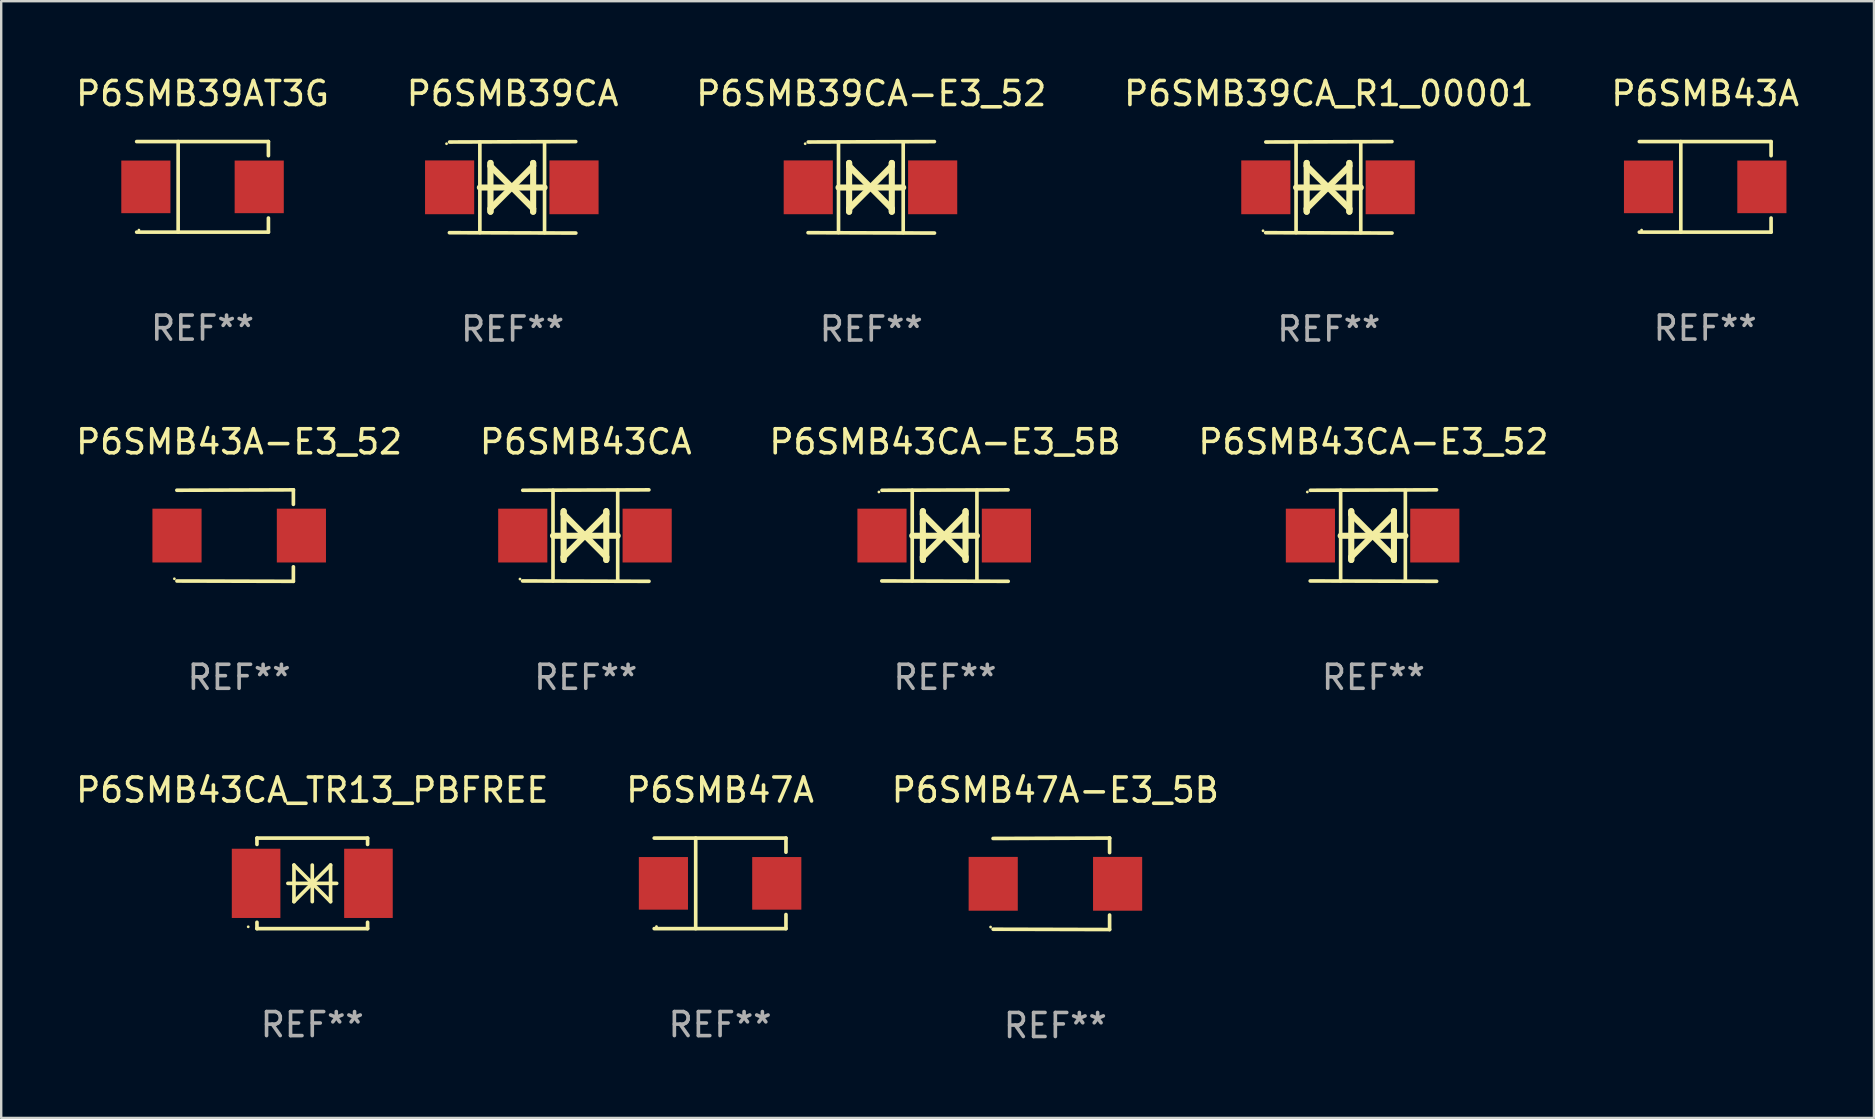
<source format=kicad_pcb>
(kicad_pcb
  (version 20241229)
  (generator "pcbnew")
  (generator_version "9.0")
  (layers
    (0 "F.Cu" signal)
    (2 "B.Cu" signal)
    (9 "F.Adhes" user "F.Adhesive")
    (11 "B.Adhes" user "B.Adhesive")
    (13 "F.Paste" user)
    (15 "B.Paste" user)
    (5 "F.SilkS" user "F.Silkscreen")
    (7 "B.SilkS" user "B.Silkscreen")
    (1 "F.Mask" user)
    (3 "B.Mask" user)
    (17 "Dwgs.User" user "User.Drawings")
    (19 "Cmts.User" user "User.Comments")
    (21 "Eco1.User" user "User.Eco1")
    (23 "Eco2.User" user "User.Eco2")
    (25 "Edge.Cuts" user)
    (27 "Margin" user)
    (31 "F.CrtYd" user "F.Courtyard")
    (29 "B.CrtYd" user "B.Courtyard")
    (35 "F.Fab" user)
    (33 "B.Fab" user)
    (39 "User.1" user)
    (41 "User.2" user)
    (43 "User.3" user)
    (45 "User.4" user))
  (footprint "P6SMB39CA"
    (layer "F.Cu")
    (at 18.304 4.753)
    (property "Reference" "P6SMB39CA" (at 0 -3.905 0) (layer "F.SilkS") (effects (font (size 1 1) (thickness 0.15))))
    (attr through_hole)
    (fp_line (start -1.365 1.886) (end -1.365 -1.886) (stroke (width 0.152) (type solid)) (layer "F.SilkS"))
    (fp_line (start -1.365 0.008) (end 1.33 0.008) (stroke (width 0.254) (type solid)) (layer "F.SilkS"))
    (fp_line (start -0.923 -1.016) (end -0.923 1.016) (stroke (width 0.254) (type solid)) (layer "F.SilkS"))
    (fp_line (start -0.923 -0.889) (end -0.923 -1.016) (stroke (width 0.254) (type solid)) (layer "F.SilkS"))
    (fp_line (start -0.923 0.889) (end -0.034 0) (stroke (width 0.254) (type solid)) (layer "F.SilkS"))
    (fp_line (start -0.923 1.016) (end -0.923 0.889) (stroke (width 0.254) (type solid)) (layer "F.SilkS"))
    (fp_line (start -0.034 0) (end -0.923 -0.889) (stroke (width 0.254) (type solid)) (layer "F.SilkS"))
    (fp_line (start -0.034 0) (end 0.855 0.889) (stroke (width 0.254) (type solid)) (layer "F.SilkS"))
    (fp_line (start 0.855 -1.016) (end 0.855 -0.889) (stroke (width 0.254) (type solid)) (layer "F.SilkS"))
    (fp_line (start 0.855 -0.889) (end -0.034 0) (stroke (width 0.254) (type solid)) (layer "F.SilkS"))
    (fp_line (start 0.855 0.889) (end 0.855 1.016) (stroke (width 0.254) (type solid)) (layer "F.SilkS"))
    (fp_line (start 0.855 1.016) (end 0.855 -1.016) (stroke (width 0.254) (type solid)) (layer "F.SilkS"))
    (fp_line (start 1.33 1.886) (end 1.33 -1.886) (stroke (width 0.152) (type solid)) (layer "F.SilkS"))
    (fp_line (start 2.629 -1.905) (end -2.625 -1.887) (stroke (width 0.152) (type solid)) (layer "F.SilkS"))
    (fp_line (start 2.633 1.905) (end -2.633 1.89) (stroke (width 0.152) (type solid)) (layer "F.SilkS"))
    (fp_circle (center -2.753 -1.816) (end -2.723 -1.816) (stroke (width 0.06) (type solid)) (fill no) (layer "F.SilkS"))
    (fp_text user "REF**" (at 0 5.905 0) (layer "F.Fab") (effects (font (size 1 1) (thickness 0.15))))
    (pad "1" smd rect (at -2.625 0) (size 2.047 2.241) (layers "F.Cu" "F.Mask" "F.Paste"))
    (pad "2" smd rect (at 2.557 0) (size 2.047 2.241) (layers "F.Cu" "F.Mask" "F.Paste")))
  (footprint "P6SMB39CA_R1_00001"
    (layer "F.Cu")
    (at 52.304 4.753)
    (property "Reference" "P6SMB39CA_R1_00001" (at 0 -3.905 0) (layer "F.SilkS") (effects (font (size 1 1) (thickness 0.15))))
    (attr through_hole)
    (fp_line (start -1.365 1.886) (end -1.365 -1.886) (stroke (width 0.152) (type solid)) (layer "F.SilkS"))
    (fp_line (start -1.365 0.008) (end 1.33 0.008) (stroke (width 0.254) (type solid)) (layer "F.SilkS"))
    (fp_line (start -0.923 -1.016) (end -0.923 1.016) (stroke (width 0.254) (type solid)) (layer "F.SilkS"))
    (fp_line (start -0.923 -0.889) (end -0.923 -1.016) (stroke (width 0.254) (type solid)) (layer "F.SilkS"))
    (fp_line (start -0.923 0.889) (end -0.034 0) (stroke (width 0.254) (type solid)) (layer "F.SilkS"))
    (fp_line (start -0.923 1.016) (end -0.923 0.889) (stroke (width 0.254) (type solid)) (layer "F.SilkS"))
    (fp_line (start -0.034 0) (end -0.923 -0.889) (stroke (width 0.254) (type solid)) (layer "F.SilkS"))
    (fp_line (start -0.034 0) (end 0.855 0.889) (stroke (width 0.254) (type solid)) (layer "F.SilkS"))
    (fp_line (start 0.855 -1.016) (end 0.855 -0.889) (stroke (width 0.254) (type solid)) (layer "F.SilkS"))
    (fp_line (start 0.855 -0.889) (end -0.034 0) (stroke (width 0.254) (type solid)) (layer "F.SilkS"))
    (fp_line (start 0.855 0.889) (end 0.855 1.016) (stroke (width 0.254) (type solid)) (layer "F.SilkS"))
    (fp_line (start 0.855 1.016) (end 0.855 -1.016) (stroke (width 0.254) (type solid)) (layer "F.SilkS"))
    (fp_line (start 1.33 1.886) (end 1.33 -1.886) (stroke (width 0.152) (type solid)) (layer "F.SilkS"))
    (fp_line (start 2.629 -1.905) (end -2.625 -1.887) (stroke (width 0.152) (type solid)) (layer "F.SilkS"))
    (fp_line (start 2.633 1.905) (end -2.633 1.89) (stroke (width 0.152) (type solid)) (layer "F.SilkS"))
    (fp_circle (center -2.741 1.81) (end -2.711 1.81) (stroke (width 0.06) (type solid)) (fill no) (layer "F.SilkS"))
    (fp_text user "REF**" (at 0 5.905 0) (layer "F.Fab") (effects (font (size 1 1) (thickness 0.15))))
    (pad "1" smd rect (at -2.625 0) (size 2.047 2.241) (layers "F.Cu" "F.Mask" "F.Paste"))
    (pad "2" smd rect (at 2.557 0) (size 2.047 2.241) (layers "F.Cu" "F.Mask" "F.Paste")))
  (footprint "P6SMB43CA_TR13_PBFREE"
    (layer "F.Cu")
    (at 9.958 33.747)
    (property "Reference" "P6SMB43CA_TR13_PBFREE" (at 0 -3.886 0) (layer "F.SilkS") (effects (font (size 1 1) (thickness 0.15))))
    (attr through_hole)
    (fp_line (start -2.304 -1.886) (end -2.304 -1.622) (stroke (width 0.152) (type solid)) (layer "F.SilkS"))
    (fp_line (start -2.304 -1.886) (end 2.304 -1.886) (stroke (width 0.152) (type solid)) (layer "F.SilkS"))
    (fp_line (start -2.304 1.622) (end -2.304 1.886) (stroke (width 0.152) (type solid)) (layer "F.SilkS"))
    (fp_line (start -2.304 1.886) (end 2.304 1.886) (stroke (width 0.152) (type solid)) (layer "F.SilkS"))
    (fp_line (start -1.016 0) (end 1.016 0) (stroke (width 0.152) (type solid)) (layer "F.SilkS"))
    (fp_line (start -0.762 -0.762) (end -0.762 0.762) (stroke (width 0.152) (type solid)) (layer "F.SilkS"))
    (fp_line (start -0.762 0.762) (end 0 0) (stroke (width 0.152) (type solid)) (layer "F.SilkS"))
    (fp_line (start 0 -0.762) (end 0 0.762) (stroke (width 0.152) (type solid)) (layer "F.SilkS"))
    (fp_line (start 0 0) (end -0.762 -0.762) (stroke (width 0.152) (type solid)) (layer "F.SilkS"))
    (fp_line (start 0 0) (end 0.762 0.762) (stroke (width 0.152) (type solid)) (layer "F.SilkS"))
    (fp_line (start 0.762 -0.762) (end 0 0) (stroke (width 0.152) (type solid)) (layer "F.SilkS"))
    (fp_line (start 0.762 0.762) (end 0.762 -0.762) (stroke (width 0.152) (type solid)) (layer "F.SilkS"))
    (fp_line (start 2.304 -1.886) (end 2.304 -1.622) (stroke (width 0.152) (type solid)) (layer "F.SilkS"))
    (fp_line (start 2.304 1.622) (end 2.304 1.886) (stroke (width 0.152) (type solid)) (layer "F.SilkS"))
    (fp_circle (center -2.668 1.81) (end -2.638 1.81) (stroke (width 0.06) (type solid)) (fill no) (layer "F.SilkS"))
    (fp_text user "REF**" (at 0 5.886 0) (layer "F.Fab") (effects (font (size 1 1) (thickness 0.15))))
    (pad "1" smd rect (at -2.34 0) (size 2.024 2.884) (layers "F.Cu" "F.Mask" "F.Paste"))
    (pad "2" smd rect (at 2.34 0) (size 2.024 2.884) (layers "F.Cu" "F.Mask" "F.Paste")))
  (footprint "P6SMB39CA-E3_52"
    (layer "F.Cu")
    (at 33.244 4.753)
    (property "Reference" "P6SMB39CA-E3_52" (at 0 -3.905 0) (layer "F.SilkS") (effects (font (size 1 1) (thickness 0.15))))
    (attr through_hole)
    (fp_line (start -1.365 1.886) (end -1.365 -1.886) (stroke (width 0.152) (type solid)) (layer "F.SilkS"))
    (fp_line (start -1.365 0.008) (end 1.33 0.008) (stroke (width 0.254) (type solid)) (layer "F.SilkS"))
    (fp_line (start -0.923 -1.016) (end -0.923 1.016) (stroke (width 0.254) (type solid)) (layer "F.SilkS"))
    (fp_line (start -0.923 -0.889) (end -0.923 -1.016) (stroke (width 0.254) (type solid)) (layer "F.SilkS"))
    (fp_line (start -0.923 0.889) (end -0.034 0) (stroke (width 0.254) (type solid)) (layer "F.SilkS"))
    (fp_line (start -0.923 1.016) (end -0.923 0.889) (stroke (width 0.254) (type solid)) (layer "F.SilkS"))
    (fp_line (start -0.034 0) (end -0.923 -0.889) (stroke (width 0.254) (type solid)) (layer "F.SilkS"))
    (fp_line (start -0.034 0) (end 0.855 0.889) (stroke (width 0.254) (type solid)) (layer "F.SilkS"))
    (fp_line (start 0.855 -1.016) (end 0.855 -0.889) (stroke (width 0.254) (type solid)) (layer "F.SilkS"))
    (fp_line (start 0.855 -0.889) (end -0.034 0) (stroke (width 0.254) (type solid)) (layer "F.SilkS"))
    (fp_line (start 0.855 0.889) (end 0.855 1.016) (stroke (width 0.254) (type solid)) (layer "F.SilkS"))
    (fp_line (start 0.855 1.016) (end 0.855 -1.016) (stroke (width 0.254) (type solid)) (layer "F.SilkS"))
    (fp_line (start 1.33 1.886) (end 1.33 -1.886) (stroke (width 0.152) (type solid)) (layer "F.SilkS"))
    (fp_line (start 2.629 -1.905) (end -2.625 -1.887) (stroke (width 0.152) (type solid)) (layer "F.SilkS"))
    (fp_line (start 2.633 1.905) (end -2.633 1.89) (stroke (width 0.152) (type solid)) (layer "F.SilkS"))
    (fp_circle (center -2.753 -1.816) (end -2.723 -1.816) (stroke (width 0.06) (type solid)) (fill no) (layer "F.SilkS"))
    (fp_text user "REF**" (at 0 5.905 0) (layer "F.Fab") (effects (font (size 1 1) (thickness 0.15))))
    (pad "1" smd rect (at -2.625 0) (size 2.047 2.241) (layers "F.Cu" "F.Mask" "F.Paste"))
    (pad "2" smd rect (at 2.557 0) (size 2.047 2.241) (layers "F.Cu" "F.Mask" "F.Paste")))
  (footprint "P6SMB43A"
    (layer "F.Cu")
    (at 67.982 4.734)
    (property "Reference" "P6SMB43A" (at 0 -3.886 0) (layer "F.SilkS") (effects (font (size 1 1) (thickness 0.15))))
    (attr through_hole)
    (fp_line (start -2.744 -1.886) (end 2.744 -1.886) (stroke (width 0.152) (type solid)) (layer "F.SilkS"))
    (fp_line (start -2.744 1.886) (end 2.744 1.886) (stroke (width 0.152) (type solid)) (layer "F.SilkS"))
    (fp_line (start -1.016 -1.886) (end -1.016 1.886) (stroke (width 0.152) (type solid)) (layer "F.SilkS"))
    (fp_line (start 2.744 -1.886) (end 2.744 -1.299) (stroke (width 0.152) (type solid)) (layer "F.SilkS"))
    (fp_line (start 2.744 1.886) (end 2.744 1.299) (stroke (width 0.152) (type solid)) (layer "F.SilkS"))
    (fp_circle (center -2.65 1.8) (end -2.62 1.8) (stroke (width 0.06) (type solid)) (fill no) (layer "F.SilkS"))
    (fp_text user "REF**" (at 0 5.886 0) (layer "F.Fab") (effects (font (size 1 1) (thickness 0.15))))
    (pad "1" smd rect (at -2.361 0) (size 2.047 2.192) (layers "F.Cu" "F.Mask" "F.Paste"))
    (pad "2" smd rect (at 2.361 0) (size 2.047 2.192) (layers "F.Cu" "F.Mask" "F.Paste")))
  (footprint "P6SMB47A-E3_5B"
    (layer "F.Cu")
    (at 40.911 33.766)
    (property "Reference" "P6SMB47A-E3_5B" (at 0 -3.905 0) (layer "F.SilkS") (effects (font (size 1 1) (thickness 0.15))))
    (attr through_hole)
    (fp_line (start 2.256 -1.905) (end -2.594 -1.889) (stroke (width 0.152) (type solid)) (layer "F.SilkS"))
    (fp_line (start 2.256 -1.905) (end 2.26 -1.905) (stroke (width 0.152) (type solid)) (layer "F.SilkS"))
    (fp_line (start 2.26 -1.905) (end 2.26 -1.301) (stroke (width 0.152) (type solid)) (layer "F.SilkS"))
    (fp_line (start 2.26 1.301) (end 2.26 1.905) (stroke (width 0.152) (type solid)) (layer "F.SilkS"))
    (fp_line (start 2.26 1.905) (end -2.59 1.892) (stroke (width 0.152) (type solid)) (layer "F.SilkS"))
    (fp_circle (center -2.697 1.8) (end -2.667 1.8) (stroke (width 0.06) (type solid)) (fill no) (layer "F.SilkS"))
    (fp_text user "REF**" (at 0 5.905 0) (layer "F.Fab") (effects (font (size 1 1) (thickness 0.15))))
    (pad "1" smd rect (at -2.588 0) (size 2.047 2.241) (layers "F.Cu" "F.Mask" "F.Paste"))
    (pad "2" smd rect (at 2.594 0) (size 2.047 2.241) (layers "F.Cu" "F.Mask" "F.Paste")))
  (footprint "P6SMB39AT3G"
    (layer "F.Cu")
    (at 5.387 4.734)
    (property "Reference" "P6SMB39AT3G" (at 0 -3.886 0) (layer "F.SilkS") (effects (font (size 1 1) (thickness 0.15))))
    (attr through_hole)
    (fp_line (start -2.744 -1.886) (end 2.744 -1.886) (stroke (width 0.152) (type solid)) (layer "F.SilkS"))
    (fp_line (start -2.744 1.886) (end 2.744 1.886) (stroke (width 0.152) (type solid)) (layer "F.SilkS"))
    (fp_line (start -1.016 -1.886) (end -1.016 1.886) (stroke (width 0.152) (type solid)) (layer "F.SilkS"))
    (fp_line (start 2.744 -1.886) (end 2.744 -1.299) (stroke (width 0.152) (type solid)) (layer "F.SilkS"))
    (fp_line (start 2.744 1.886) (end 2.744 1.299) (stroke (width 0.152) (type solid)) (layer "F.SilkS"))
    (fp_circle (center -2.65 1.8) (end -2.62 1.8) (stroke (width 0.06) (type solid)) (fill no) (layer "F.SilkS"))
    (fp_text user "REF**" (at 0 5.886 0) (layer "F.Fab") (effects (font (size 1 1) (thickness 0.15))))
    (pad "1" smd rect (at -2.361 0) (size 2.047 2.192) (layers "F.Cu" "F.Mask" "F.Paste"))
    (pad "2" smd rect (at 2.361 0) (size 2.047 2.192) (layers "F.Cu" "F.Mask" "F.Paste")))
  (footprint "P6SMB43CA"
    (layer "F.Cu")
    (at 21.351 19.26)
    (property "Reference" "P6SMB43CA" (at 0 -3.905 0) (layer "F.SilkS") (effects (font (size 1 1) (thickness 0.15))))
    (attr through_hole)
    (fp_line (start -1.365 1.886) (end -1.365 -1.886) (stroke (width 0.152) (type solid)) (layer "F.SilkS"))
    (fp_line (start -1.365 0.008) (end 1.33 0.008) (stroke (width 0.254) (type solid)) (layer "F.SilkS"))
    (fp_line (start -0.923 -1.016) (end -0.923 1.016) (stroke (width 0.254) (type solid)) (layer "F.SilkS"))
    (fp_line (start -0.923 -0.889) (end -0.923 -1.016) (stroke (width 0.254) (type solid)) (layer "F.SilkS"))
    (fp_line (start -0.923 0.889) (end -0.034 0) (stroke (width 0.254) (type solid)) (layer "F.SilkS"))
    (fp_line (start -0.923 1.016) (end -0.923 0.889) (stroke (width 0.254) (type solid)) (layer "F.SilkS"))
    (fp_line (start -0.034 0) (end -0.923 -0.889) (stroke (width 0.254) (type solid)) (layer "F.SilkS"))
    (fp_line (start -0.034 0) (end 0.855 0.889) (stroke (width 0.254) (type solid)) (layer "F.SilkS"))
    (fp_line (start 0.855 -1.016) (end 0.855 -0.889) (stroke (width 0.254) (type solid)) (layer "F.SilkS"))
    (fp_line (start 0.855 -0.889) (end -0.034 0) (stroke (width 0.254) (type solid)) (layer "F.SilkS"))
    (fp_line (start 0.855 0.889) (end 0.855 1.016) (stroke (width 0.254) (type solid)) (layer "F.SilkS"))
    (fp_line (start 0.855 1.016) (end 0.855 -1.016) (stroke (width 0.254) (type solid)) (layer "F.SilkS"))
    (fp_line (start 1.33 1.886) (end 1.33 -1.886) (stroke (width 0.152) (type solid)) (layer "F.SilkS"))
    (fp_line (start 2.629 -1.905) (end -2.625 -1.887) (stroke (width 0.152) (type solid)) (layer "F.SilkS"))
    (fp_line (start 2.633 1.905) (end -2.633 1.89) (stroke (width 0.152) (type solid)) (layer "F.SilkS"))
    (fp_circle (center -2.741 1.81) (end -2.711 1.81) (stroke (width 0.06) (type solid)) (fill no) (layer "F.SilkS"))
    (fp_text user "REF**" (at 0 5.905 0) (layer "F.Fab") (effects (font (size 1 1) (thickness 0.15))))
    (pad "1" smd rect (at -2.625 0) (size 2.047 2.241) (layers "F.Cu" "F.Mask" "F.Paste"))
    (pad "2" smd rect (at 2.557 0) (size 2.047 2.241) (layers "F.Cu" "F.Mask" "F.Paste")))
  (footprint "P6SMB43CA-E3_5B"
    (layer "F.Cu")
    (at 36.315 19.26)
    (property "Reference" "P6SMB43CA-E3_5B" (at 0 -3.905 0) (layer "F.SilkS") (effects (font (size 1 1) (thickness 0.15))))
    (attr through_hole)
    (fp_line (start -1.365 1.886) (end -1.365 -1.886) (stroke (width 0.152) (type solid)) (layer "F.SilkS"))
    (fp_line (start -1.365 0.008) (end 1.33 0.008) (stroke (width 0.254) (type solid)) (layer "F.SilkS"))
    (fp_line (start -0.923 -1.016) (end -0.923 1.016) (stroke (width 0.254) (type solid)) (layer "F.SilkS"))
    (fp_line (start -0.923 -0.889) (end -0.923 -1.016) (stroke (width 0.254) (type solid)) (layer "F.SilkS"))
    (fp_line (start -0.923 0.889) (end -0.034 0) (stroke (width 0.254) (type solid)) (layer "F.SilkS"))
    (fp_line (start -0.923 1.016) (end -0.923 0.889) (stroke (width 0.254) (type solid)) (layer "F.SilkS"))
    (fp_line (start -0.034 0) (end -0.923 -0.889) (stroke (width 0.254) (type solid)) (layer "F.SilkS"))
    (fp_line (start -0.034 0) (end 0.855 0.889) (stroke (width 0.254) (type solid)) (layer "F.SilkS"))
    (fp_line (start 0.855 -1.016) (end 0.855 -0.889) (stroke (width 0.254) (type solid)) (layer "F.SilkS"))
    (fp_line (start 0.855 -0.889) (end -0.034 0) (stroke (width 0.254) (type solid)) (layer "F.SilkS"))
    (fp_line (start 0.855 0.889) (end 0.855 1.016) (stroke (width 0.254) (type solid)) (layer "F.SilkS"))
    (fp_line (start 0.855 1.016) (end 0.855 -1.016) (stroke (width 0.254) (type solid)) (layer "F.SilkS"))
    (fp_line (start 1.33 1.886) (end 1.33 -1.886) (stroke (width 0.152) (type solid)) (layer "F.SilkS"))
    (fp_line (start 2.629 -1.905) (end -2.625 -1.887) (stroke (width 0.152) (type solid)) (layer "F.SilkS"))
    (fp_line (start 2.633 1.905) (end -2.633 1.89) (stroke (width 0.152) (type solid)) (layer "F.SilkS"))
    (fp_circle (center -2.753 -1.816) (end -2.723 -1.816) (stroke (width 0.06) (type solid)) (fill no) (layer "F.SilkS"))
    (fp_text user "REF**" (at 0 5.905 0) (layer "F.Fab") (effects (font (size 1 1) (thickness 0.15))))
    (pad "1" smd rect (at -2.625 0) (size 2.047 2.241) (layers "F.Cu" "F.Mask" "F.Paste"))
    (pad "2" smd rect (at 2.557 0) (size 2.047 2.241) (layers "F.Cu" "F.Mask" "F.Paste")))
  (footprint "P6SMB43CA-E3_52"
    (layer "F.Cu")
    (at 54.161 19.26)
    (property "Reference" "P6SMB43CA-E3_52" (at 0 -3.905 0) (layer "F.SilkS") (effects (font (size 1 1) (thickness 0.15))))
    (attr through_hole)
    (fp_line (start -1.365 1.886) (end -1.365 -1.886) (stroke (width 0.152) (type solid)) (layer "F.SilkS"))
    (fp_line (start -1.365 0.008) (end 1.33 0.008) (stroke (width 0.254) (type solid)) (layer "F.SilkS"))
    (fp_line (start -0.923 -1.016) (end -0.923 1.016) (stroke (width 0.254) (type solid)) (layer "F.SilkS"))
    (fp_line (start -0.923 -0.889) (end -0.923 -1.016) (stroke (width 0.254) (type solid)) (layer "F.SilkS"))
    (fp_line (start -0.923 0.889) (end -0.034 0) (stroke (width 0.254) (type solid)) (layer "F.SilkS"))
    (fp_line (start -0.923 1.016) (end -0.923 0.889) (stroke (width 0.254) (type solid)) (layer "F.SilkS"))
    (fp_line (start -0.034 0) (end -0.923 -0.889) (stroke (width 0.254) (type solid)) (layer "F.SilkS"))
    (fp_line (start -0.034 0) (end 0.855 0.889) (stroke (width 0.254) (type solid)) (layer "F.SilkS"))
    (fp_line (start 0.855 -1.016) (end 0.855 -0.889) (stroke (width 0.254) (type solid)) (layer "F.SilkS"))
    (fp_line (start 0.855 -0.889) (end -0.034 0) (stroke (width 0.254) (type solid)) (layer "F.SilkS"))
    (fp_line (start 0.855 0.889) (end 0.855 1.016) (stroke (width 0.254) (type solid)) (layer "F.SilkS"))
    (fp_line (start 0.855 1.016) (end 0.855 -1.016) (stroke (width 0.254) (type solid)) (layer "F.SilkS"))
    (fp_line (start 1.33 1.886) (end 1.33 -1.886) (stroke (width 0.152) (type solid)) (layer "F.SilkS"))
    (fp_line (start 2.629 -1.905) (end -2.625 -1.887) (stroke (width 0.152) (type solid)) (layer "F.SilkS"))
    (fp_line (start 2.633 1.905) (end -2.633 1.89) (stroke (width 0.152) (type solid)) (layer "F.SilkS"))
    (fp_circle (center -2.753 -1.816) (end -2.723 -1.816) (stroke (width 0.06) (type solid)) (fill no) (layer "F.SilkS"))
    (fp_text user "REF**" (at 0 5.905 0) (layer "F.Fab") (effects (font (size 1 1) (thickness 0.15))))
    (pad "1" smd rect (at -2.625 0) (size 2.047 2.241) (layers "F.Cu" "F.Mask" "F.Paste"))
    (pad "2" smd rect (at 2.557 0) (size 2.047 2.241) (layers "F.Cu" "F.Mask" "F.Paste")))
  (footprint "P6SMB43A-E3_52"
    (layer "F.Cu")
    (at 6.911 19.26)
    (property "Reference" "P6SMB43A-E3_52" (at 0 -3.905 0) (layer "F.SilkS") (effects (font (size 1 1) (thickness 0.15))))
    (attr through_hole)
    (fp_line (start 2.256 -1.905) (end -2.594 -1.889) (stroke (width 0.152) (type solid)) (layer "F.SilkS"))
    (fp_line (start 2.256 -1.905) (end 2.26 -1.905) (stroke (width 0.152) (type solid)) (layer "F.SilkS"))
    (fp_line (start 2.26 -1.905) (end 2.26 -1.301) (stroke (width 0.152) (type solid)) (layer "F.SilkS"))
    (fp_line (start 2.26 1.301) (end 2.26 1.905) (stroke (width 0.152) (type solid)) (layer "F.SilkS"))
    (fp_line (start 2.26 1.905) (end -2.59 1.892) (stroke (width 0.152) (type solid)) (layer "F.SilkS"))
    (fp_circle (center -2.697 1.8) (end -2.667 1.8) (stroke (width 0.06) (type solid)) (fill no) (layer "F.SilkS"))
    (fp_text user "REF**" (at 0 5.905 0) (layer "F.Fab") (effects (font (size 1 1) (thickness 0.15))))
    (pad "1" smd rect (at -2.588 0) (size 2.047 2.241) (layers "F.Cu" "F.Mask" "F.Paste"))
    (pad "2" smd rect (at 2.594 0) (size 2.047 2.241) (layers "F.Cu" "F.Mask" "F.Paste")))
  (footprint "P6SMB47A"
    (layer "F.Cu")
    (at 26.946 33.747)
    (property "Reference" "P6SMB47A" (at 0 -3.886 0) (layer "F.SilkS") (effects (font (size 1 1) (thickness 0.15))))
    (attr through_hole)
    (fp_line (start -2.744 -1.886) (end 2.744 -1.886) (stroke (width 0.152) (type solid)) (layer "F.SilkS"))
    (fp_line (start -2.744 1.886) (end 2.744 1.886) (stroke (width 0.152) (type solid)) (layer "F.SilkS"))
    (fp_line (start -1.016 -1.886) (end -1.016 1.886) (stroke (width 0.152) (type solid)) (layer "F.SilkS"))
    (fp_line (start 2.744 -1.886) (end 2.744 -1.299) (stroke (width 0.152) (type solid)) (layer "F.SilkS"))
    (fp_line (start 2.744 1.886) (end 2.744 1.299) (stroke (width 0.152) (type solid)) (layer "F.SilkS"))
    (fp_circle (center -2.65 1.8) (end -2.62 1.8) (stroke (width 0.06) (type solid)) (fill no) (layer "F.SilkS"))
    (fp_text user "REF**" (at 0 5.886 0) (layer "F.Fab") (effects (font (size 1 1) (thickness 0.15))))
    (pad "1" smd rect (at -2.361 0) (size 2.047 2.192) (layers "F.Cu" "F.Mask" "F.Paste"))
    (pad "2" smd rect (at 2.361 0) (size 2.047 2.192) (layers "F.Cu" "F.Mask" "F.Paste")))
  (gr_rect
    (start -3 -3)
    (end 75.012 43.52)
    (stroke (width 0.1) (type default))
    (fill no)
    (layer "Edge.Cuts")))
</source>
